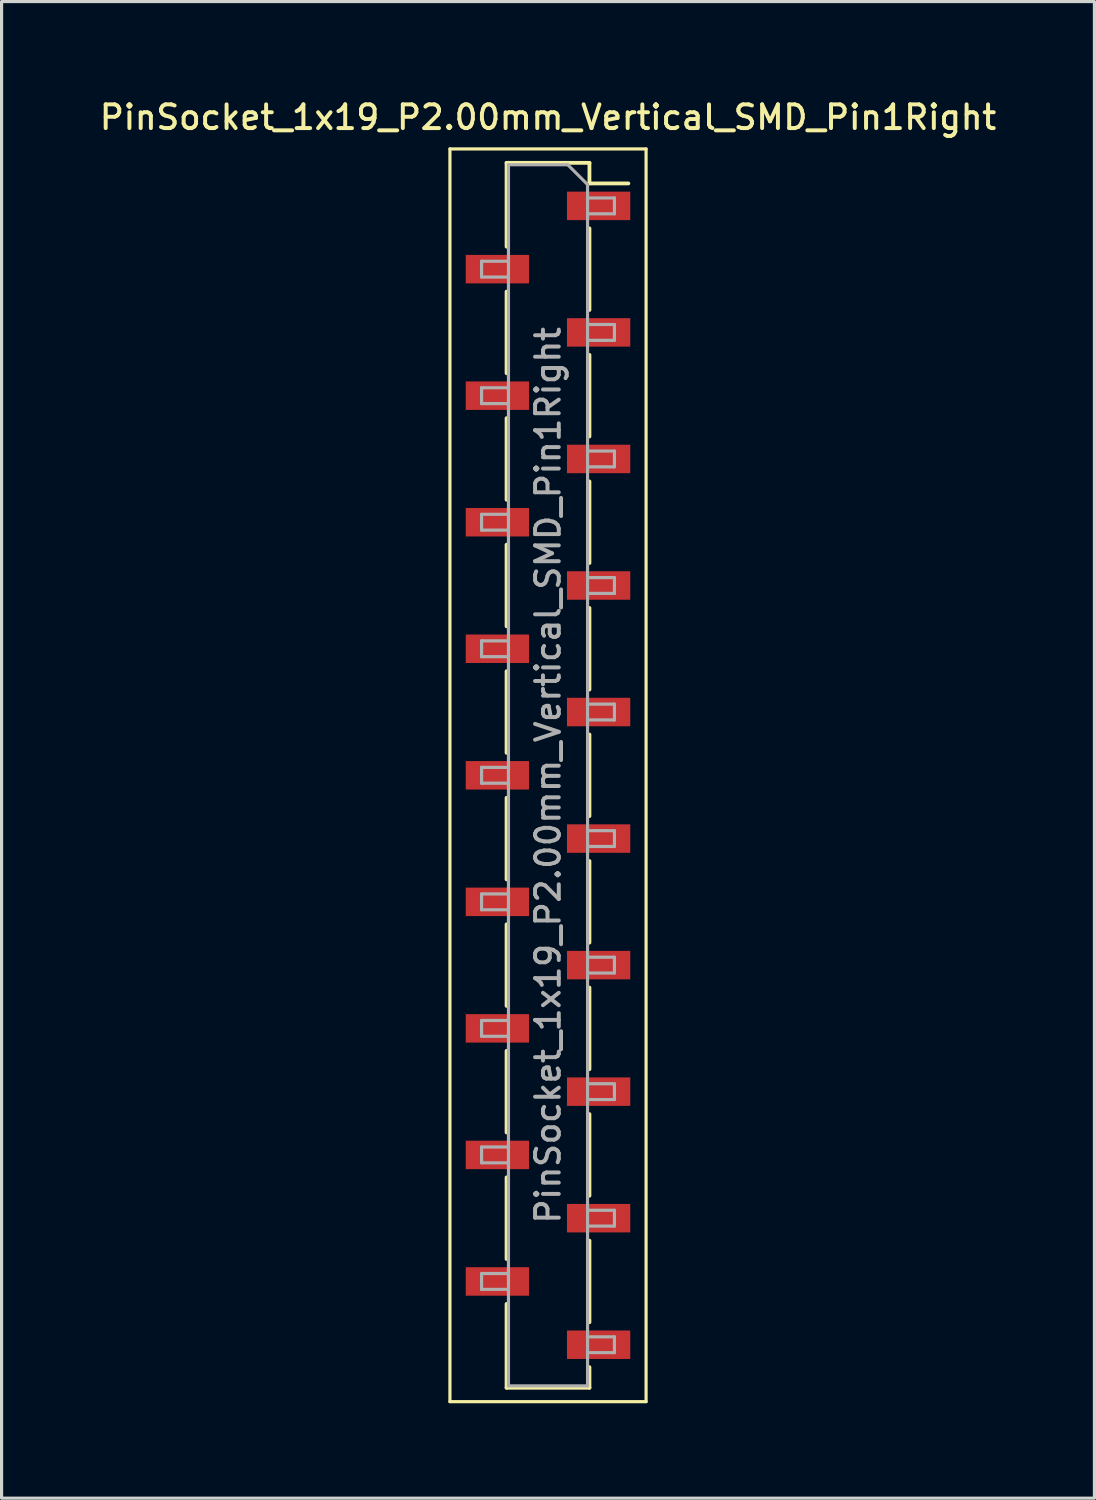
<source format=kicad_pcb>
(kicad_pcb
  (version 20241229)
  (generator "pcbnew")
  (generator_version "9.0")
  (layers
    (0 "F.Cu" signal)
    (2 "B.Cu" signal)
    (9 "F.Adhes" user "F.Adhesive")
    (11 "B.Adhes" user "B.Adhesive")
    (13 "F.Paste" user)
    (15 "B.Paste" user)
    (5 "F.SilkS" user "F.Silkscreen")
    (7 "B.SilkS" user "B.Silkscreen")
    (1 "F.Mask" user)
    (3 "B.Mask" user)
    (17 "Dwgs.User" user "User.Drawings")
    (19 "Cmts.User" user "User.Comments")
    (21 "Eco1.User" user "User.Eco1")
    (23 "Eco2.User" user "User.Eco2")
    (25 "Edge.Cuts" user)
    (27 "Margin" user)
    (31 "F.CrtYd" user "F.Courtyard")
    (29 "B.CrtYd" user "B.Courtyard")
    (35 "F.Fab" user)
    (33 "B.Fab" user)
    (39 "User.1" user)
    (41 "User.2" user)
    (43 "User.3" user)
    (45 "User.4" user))
  (footprint "PinSocket_1x19_P2.00mm_Vertical_SMD_Pin1Right"
    (layer "F.Cu")
    (at 14.273 21.458)
    (property "Reference" "PinSocket_1x19_P2.00mm_Vertical_SMD_Pin1Right" (at 0 -20.8 0) (layer "F.SilkS") (effects (font (size 0.75 0.75) (thickness 0.125))))
    (attr smd)
    (fp_line (start -3.1 -19.8) (end 3.1 -19.8) (stroke (width 0.1) (type solid)) (layer "F.SilkS"))
    (fp_line (start -3.1 19.8) (end -3.1 -19.8) (stroke (width 0.1) (type solid)) (layer "F.SilkS"))
    (fp_line (start -1.31 -19.36) (end -1.31 -16.71) (stroke (width 0.12) (type solid)) (layer "F.SilkS"))
    (fp_line (start -1.31 -19.36) (end 1.31 -19.36) (stroke (width 0.12) (type solid)) (layer "F.SilkS"))
    (fp_line (start -1.31 -15.29) (end -1.31 -12.71) (stroke (width 0.12) (type solid)) (layer "F.SilkS"))
    (fp_line (start -1.31 -11.29) (end -1.31 -8.71) (stroke (width 0.12) (type solid)) (layer "F.SilkS"))
    (fp_line (start -1.31 -7.29) (end -1.31 -4.71) (stroke (width 0.12) (type solid)) (layer "F.SilkS"))
    (fp_line (start -1.31 -3.29) (end -1.31 -0.71) (stroke (width 0.12) (type solid)) (layer "F.SilkS"))
    (fp_line (start -1.31 0.71) (end -1.31 3.29) (stroke (width 0.12) (type solid)) (layer "F.SilkS"))
    (fp_line (start -1.31 4.71) (end -1.31 7.29) (stroke (width 0.12) (type solid)) (layer "F.SilkS"))
    (fp_line (start -1.31 8.71) (end -1.31 11.29) (stroke (width 0.12) (type solid)) (layer "F.SilkS"))
    (fp_line (start -1.31 12.71) (end -1.31 15.29) (stroke (width 0.12) (type solid)) (layer "F.SilkS"))
    (fp_line (start -1.31 16.71) (end -1.31 19.36) (stroke (width 0.12) (type solid)) (layer "F.SilkS"))
    (fp_line (start -1.31 19.36) (end 1.31 19.36) (stroke (width 0.12) (type solid)) (layer "F.SilkS"))
    (fp_line (start 1.31 -19.36) (end 1.31 -18.71) (stroke (width 0.12) (type solid)) (layer "F.SilkS"))
    (fp_line (start 1.31 -18.71) (end 2.54 -18.71) (stroke (width 0.12) (type solid)) (layer "F.SilkS"))
    (fp_line (start 1.31 -17.29) (end 1.31 -14.71) (stroke (width 0.12) (type solid)) (layer "F.SilkS"))
    (fp_line (start 1.31 -13.29) (end 1.31 -10.71) (stroke (width 0.12) (type solid)) (layer "F.SilkS"))
    (fp_line (start 1.31 -9.29) (end 1.31 -6.71) (stroke (width 0.12) (type solid)) (layer "F.SilkS"))
    (fp_line (start 1.31 -5.29) (end 1.31 -2.71) (stroke (width 0.12) (type solid)) (layer "F.SilkS"))
    (fp_line (start 1.31 -1.29) (end 1.31 1.29) (stroke (width 0.12) (type solid)) (layer "F.SilkS"))
    (fp_line (start 1.31 2.71) (end 1.31 5.29) (stroke (width 0.12) (type solid)) (layer "F.SilkS"))
    (fp_line (start 1.31 6.71) (end 1.31 9.29) (stroke (width 0.12) (type solid)) (layer "F.SilkS"))
    (fp_line (start 1.31 10.71) (end 1.31 13.29) (stroke (width 0.12) (type solid)) (layer "F.SilkS"))
    (fp_line (start 1.31 14.71) (end 1.31 17.29) (stroke (width 0.12) (type solid)) (layer "F.SilkS"))
    (fp_line (start 1.31 18.71) (end 1.31 19.36) (stroke (width 0.12) (type solid)) (layer "F.SilkS"))
    (fp_line (start 3.1 -19.8) (end 3.1 19.8) (stroke (width 0.1) (type solid)) (layer "F.SilkS"))
    (fp_line (start 3.1 19.8) (end -3.1 19.8) (stroke (width 0.1) (type solid)) (layer "F.SilkS"))
    (fp_line (start -2.1 -16.25) (end -1.25 -16.25) (stroke (width 0.1) (type solid)) (layer "F.Fab"))
    (fp_line (start -2.1 -15.75) (end -2.1 -16.25) (stroke (width 0.1) (type solid)) (layer "F.Fab"))
    (fp_line (start -2.1 -12.25) (end -1.25 -12.25) (stroke (width 0.1) (type solid)) (layer "F.Fab"))
    (fp_line (start -2.1 -11.75) (end -2.1 -12.25) (stroke (width 0.1) (type solid)) (layer "F.Fab"))
    (fp_line (start -2.1 -8.25) (end -1.25 -8.25) (stroke (width 0.1) (type solid)) (layer "F.Fab"))
    (fp_line (start -2.1 -7.75) (end -2.1 -8.25) (stroke (width 0.1) (type solid)) (layer "F.Fab"))
    (fp_line (start -2.1 -4.25) (end -1.25 -4.25) (stroke (width 0.1) (type solid)) (layer "F.Fab"))
    (fp_line (start -2.1 -3.75) (end -2.1 -4.25) (stroke (width 0.1) (type solid)) (layer "F.Fab"))
    (fp_line (start -2.1 -0.25) (end -1.25 -0.25) (stroke (width 0.1) (type solid)) (layer "F.Fab"))
    (fp_line (start -2.1 0.25) (end -2.1 -0.25) (stroke (width 0.1) (type solid)) (layer "F.Fab"))
    (fp_line (start -2.1 3.75) (end -1.25 3.75) (stroke (width 0.1) (type solid)) (layer "F.Fab"))
    (fp_line (start -2.1 4.25) (end -2.1 3.75) (stroke (width 0.1) (type solid)) (layer "F.Fab"))
    (fp_line (start -2.1 7.75) (end -1.25 7.75) (stroke (width 0.1) (type solid)) (layer "F.Fab"))
    (fp_line (start -2.1 8.25) (end -2.1 7.75) (stroke (width 0.1) (type solid)) (layer "F.Fab"))
    (fp_line (start -2.1 11.75) (end -1.25 11.75) (stroke (width 0.1) (type solid)) (layer "F.Fab"))
    (fp_line (start -2.1 12.25) (end -2.1 11.75) (stroke (width 0.1) (type solid)) (layer "F.Fab"))
    (fp_line (start -2.1 15.75) (end -1.25 15.75) (stroke (width 0.1) (type solid)) (layer "F.Fab"))
    (fp_line (start -2.1 16.25) (end -2.1 15.75) (stroke (width 0.1) (type solid)) (layer "F.Fab"))
    (fp_line (start -1.25 -19.3) (end 0.625 -19.3) (stroke (width 0.1) (type solid)) (layer "F.Fab"))
    (fp_line (start -1.25 -15.75) (end -2.1 -15.75) (stroke (width 0.1) (type solid)) (layer "F.Fab"))
    (fp_line (start -1.25 -11.75) (end -2.1 -11.75) (stroke (width 0.1) (type solid)) (layer "F.Fab"))
    (fp_line (start -1.25 -7.75) (end -2.1 -7.75) (stroke (width 0.1) (type solid)) (layer "F.Fab"))
    (fp_line (start -1.25 -3.75) (end -2.1 -3.75) (stroke (width 0.1) (type solid)) (layer "F.Fab"))
    (fp_line (start -1.25 0.25) (end -2.1 0.25) (stroke (width 0.1) (type solid)) (layer "F.Fab"))
    (fp_line (start -1.25 4.25) (end -2.1 4.25) (stroke (width 0.1) (type solid)) (layer "F.Fab"))
    (fp_line (start -1.25 8.25) (end -2.1 8.25) (stroke (width 0.1) (type solid)) (layer "F.Fab"))
    (fp_line (start -1.25 12.25) (end -2.1 12.25) (stroke (width 0.1) (type solid)) (layer "F.Fab"))
    (fp_line (start -1.25 16.25) (end -2.1 16.25) (stroke (width 0.1) (type solid)) (layer "F.Fab"))
    (fp_line (start -1.25 19.3) (end -1.25 -19.3) (stroke (width 0.1) (type solid)) (layer "F.Fab"))
    (fp_line (start 0.625 -19.3) (end 1.25 -18.675) (stroke (width 0.1) (type solid)) (layer "F.Fab"))
    (fp_line (start 1.25 -18.675) (end 1.25 19.3) (stroke (width 0.1) (type solid)) (layer "F.Fab"))
    (fp_line (start 1.25 -18.25) (end 2.1 -18.25) (stroke (width 0.1) (type solid)) (layer "F.Fab"))
    (fp_line (start 1.25 -14.25) (end 2.1 -14.25) (stroke (width 0.1) (type solid)) (layer "F.Fab"))
    (fp_line (start 1.25 -10.25) (end 2.1 -10.25) (stroke (width 0.1) (type solid)) (layer "F.Fab"))
    (fp_line (start 1.25 -6.25) (end 2.1 -6.25) (stroke (width 0.1) (type solid)) (layer "F.Fab"))
    (fp_line (start 1.25 -2.25) (end 2.1 -2.25) (stroke (width 0.1) (type solid)) (layer "F.Fab"))
    (fp_line (start 1.25 1.75) (end 2.1 1.75) (stroke (width 0.1) (type solid)) (layer "F.Fab"))
    (fp_line (start 1.25 5.75) (end 2.1 5.75) (stroke (width 0.1) (type solid)) (layer "F.Fab"))
    (fp_line (start 1.25 9.75) (end 2.1 9.75) (stroke (width 0.1) (type solid)) (layer "F.Fab"))
    (fp_line (start 1.25 13.75) (end 2.1 13.75) (stroke (width 0.1) (type solid)) (layer "F.Fab"))
    (fp_line (start 1.25 17.75) (end 2.1 17.75) (stroke (width 0.1) (type solid)) (layer "F.Fab"))
    (fp_line (start 1.25 19.3) (end -1.25 19.3) (stroke (width 0.1) (type solid)) (layer "F.Fab"))
    (fp_line (start 2.1 -18.25) (end 2.1 -17.75) (stroke (width 0.1) (type solid)) (layer "F.Fab"))
    (fp_line (start 2.1 -17.75) (end 1.25 -17.75) (stroke (width 0.1) (type solid)) (layer "F.Fab"))
    (fp_line (start 2.1 -14.25) (end 2.1 -13.75) (stroke (width 0.1) (type solid)) (layer "F.Fab"))
    (fp_line (start 2.1 -13.75) (end 1.25 -13.75) (stroke (width 0.1) (type solid)) (layer "F.Fab"))
    (fp_line (start 2.1 -10.25) (end 2.1 -9.75) (stroke (width 0.1) (type solid)) (layer "F.Fab"))
    (fp_line (start 2.1 -9.75) (end 1.25 -9.75) (stroke (width 0.1) (type solid)) (layer "F.Fab"))
    (fp_line (start 2.1 -6.25) (end 2.1 -5.75) (stroke (width 0.1) (type solid)) (layer "F.Fab"))
    (fp_line (start 2.1 -5.75) (end 1.25 -5.75) (stroke (width 0.1) (type solid)) (layer "F.Fab"))
    (fp_line (start 2.1 -2.25) (end 2.1 -1.75) (stroke (width 0.1) (type solid)) (layer "F.Fab"))
    (fp_line (start 2.1 -1.75) (end 1.25 -1.75) (stroke (width 0.1) (type solid)) (layer "F.Fab"))
    (fp_line (start 2.1 1.75) (end 2.1 2.25) (stroke (width 0.1) (type solid)) (layer "F.Fab"))
    (fp_line (start 2.1 2.25) (end 1.25 2.25) (stroke (width 0.1) (type solid)) (layer "F.Fab"))
    (fp_line (start 2.1 5.75) (end 2.1 6.25) (stroke (width 0.1) (type solid)) (layer "F.Fab"))
    (fp_line (start 2.1 6.25) (end 1.25 6.25) (stroke (width 0.1) (type solid)) (layer "F.Fab"))
    (fp_line (start 2.1 9.75) (end 2.1 10.25) (stroke (width 0.1) (type solid)) (layer "F.Fab"))
    (fp_line (start 2.1 10.25) (end 1.25 10.25) (stroke (width 0.1) (type solid)) (layer "F.Fab"))
    (fp_line (start 2.1 13.75) (end 2.1 14.25) (stroke (width 0.1) (type solid)) (layer "F.Fab"))
    (fp_line (start 2.1 14.25) (end 1.25 14.25) (stroke (width 0.1) (type solid)) (layer "F.Fab"))
    (fp_line (start 2.1 17.75) (end 2.1 18.25) (stroke (width 0.1) (type solid)) (layer "F.Fab"))
    (fp_line (start 2.1 18.25) (end 1.25 18.25) (stroke (width 0.1) (type solid)) (layer "F.Fab"))
    (fp_text user "${REFERENCE}" (at 0 0 90) (layer "F.Fab") (effects (font (size 0.75 0.75) (thickness 0.125))))
    (pad "1" smd rect (at 1.6 -18) (size 2 0.9) (layers "F.Cu" "F.Mask" "F.Paste"))
    (pad "2" smd rect (at -1.6 -16) (size 2 0.9) (layers "F.Cu" "F.Mask" "F.Paste"))
    (pad "3" smd rect (at 1.6 -14) (size 2 0.9) (layers "F.Cu" "F.Mask" "F.Paste"))
    (pad "4" smd rect (at -1.6 -12) (size 2 0.9) (layers "F.Cu" "F.Mask" "F.Paste"))
    (pad "5" smd rect (at 1.6 -10) (size 2 0.9) (layers "F.Cu" "F.Mask" "F.Paste"))
    (pad "6" smd rect (at -1.6 -8) (size 2 0.9) (layers "F.Cu" "F.Mask" "F.Paste"))
    (pad "7" smd rect (at 1.6 -6) (size 2 0.9) (layers "F.Cu" "F.Mask" "F.Paste"))
    (pad "8" smd rect (at -1.6 -4) (size 2 0.9) (layers "F.Cu" "F.Mask" "F.Paste"))
    (pad "9" smd rect (at 1.6 -2) (size 2 0.9) (layers "F.Cu" "F.Mask" "F.Paste"))
    (pad "10" smd rect (at -1.6 0) (size 2 0.9) (layers "F.Cu" "F.Mask" "F.Paste"))
    (pad "11" smd rect (at 1.6 2) (size 2 0.9) (layers "F.Cu" "F.Mask" "F.Paste"))
    (pad "12" smd rect (at -1.6 4) (size 2 0.9) (layers "F.Cu" "F.Mask" "F.Paste"))
    (pad "13" smd rect (at 1.6 6) (size 2 0.9) (layers "F.Cu" "F.Mask" "F.Paste"))
    (pad "14" smd rect (at -1.6 8) (size 2 0.9) (layers "F.Cu" "F.Mask" "F.Paste"))
    (pad "15" smd rect (at 1.6 10) (size 2 0.9) (layers "F.Cu" "F.Mask" "F.Paste"))
    (pad "16" smd rect (at -1.6 12) (size 2 0.9) (layers "F.Cu" "F.Mask" "F.Paste"))
    (pad "17" smd rect (at 1.6 14) (size 2 0.9) (layers "F.Cu" "F.Mask" "F.Paste"))
    (pad "18" smd rect (at -1.6 16) (size 2 0.9) (layers "F.Cu" "F.Mask" "F.Paste"))
    (pad "19" smd rect (at 1.6 18) (size 2 0.9) (layers "F.Cu" "F.Mask" "F.Paste")))
  (gr_rect
    (start -3 -3)
    (end 31.546 44.308)
    (stroke (width 0.1) (type default))
    (fill no)
    (layer "Edge.Cuts")))
</source>
